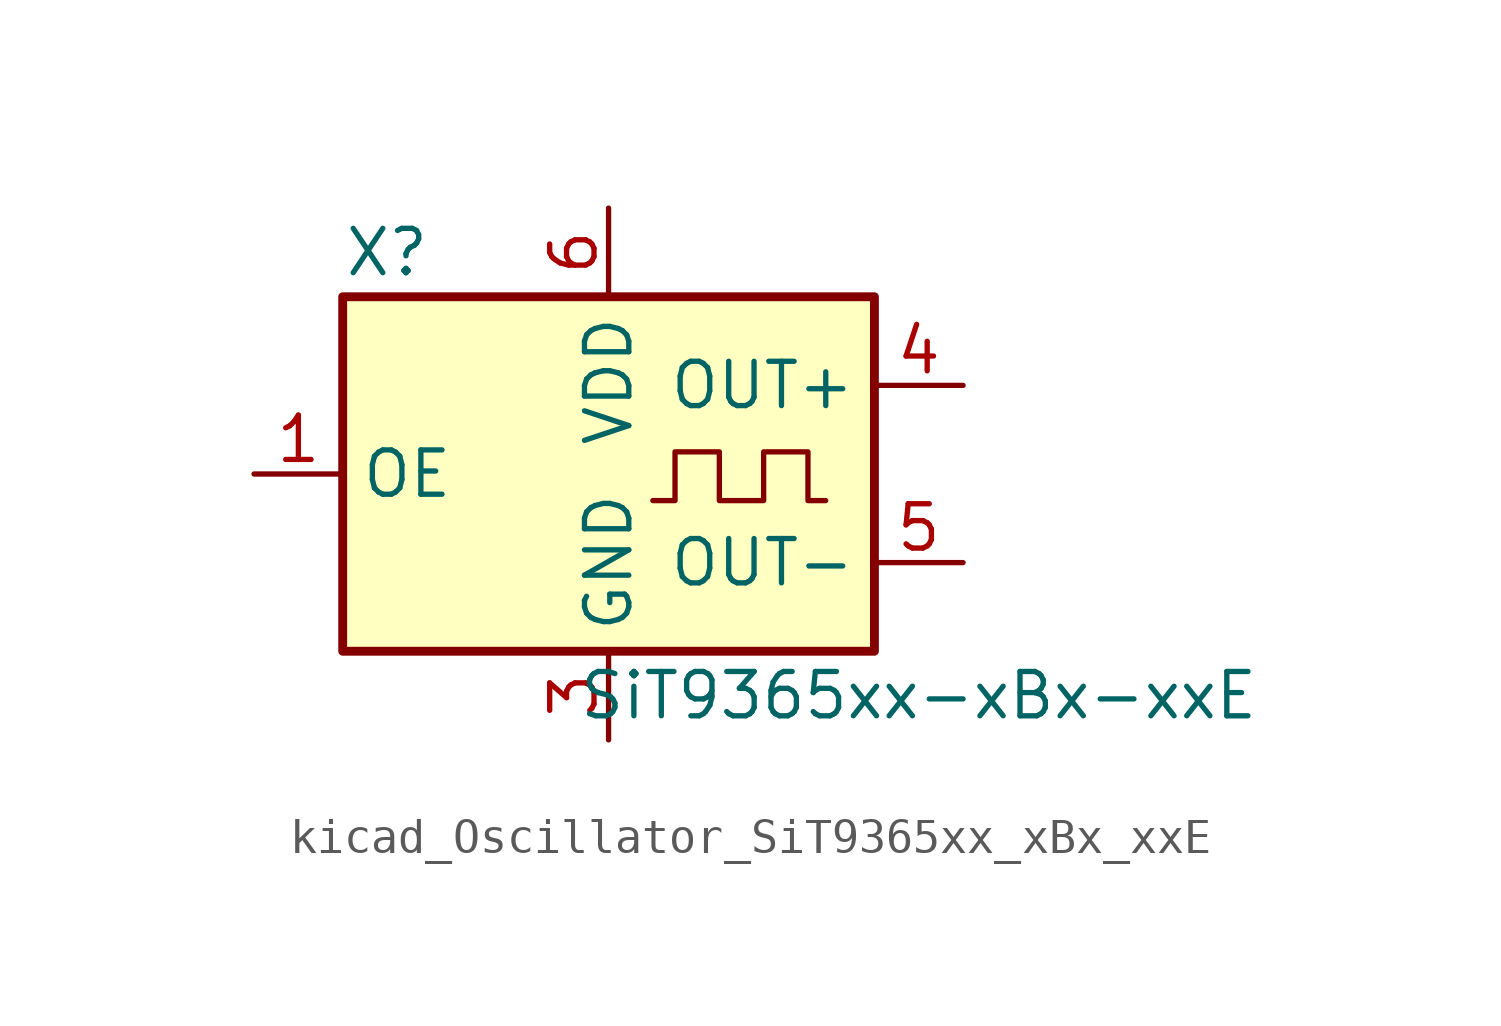
<source format=kicad_sym>
(kicad_symbol_lib
  (version 20220914)
  (generator kicad_symbol_editor)
  (symbol "kicad_Oscillator_SiT9365xx_xBx_xxE"
    (property "Reference" "X"
      (at -6.35 6.35 0)
      (effects (font (size 1.27 1.27))))
    (property "Value" "SiT9365xx-xBx-xxE"
      (at 8.89 -6.35 0)
      (effects (font (size 1.27 1.27))))
    (symbol "kicad_Oscillator_SiT9365xx_xBx_xxE_0_1"
      (rectangle (start -7.62 5.08) (end 7.62 -5.08) (stroke (width 0.254) (type default)) (fill (type background)))
      (polyline (pts (xy 1.27 -0.762) (xy 1.905 -0.762) (xy 1.905 0.635) (xy 3.175 0.635) (xy 3.175 -0.762) (xy 4.445 -0.762) (xy 4.445 0.635) (xy 5.715 0.635) (xy 5.715 -0.762) (xy 6.223 -0.762)) (stroke (width 0) (type default)) (fill (type none))))
    (symbol "kicad_Oscillator_SiT9365xx_xBx_xxE_1_1"
      (pin input line (at -10.16 0 0) (length 2.54) (name "OE" (effects (font (size 1.27 1.27)))) (number "1" (effects (font (size 1.27 1.27)))))
      (pin no_connect line (at -7.62 2.54 0) (length 2.54) hide (name "NC" (effects (font (size 1.27 1.27)))) (number "2" (effects (font (size 1.27 1.27)))))
      (pin power_in line (at 0 -7.62 90) (length 2.54) (name "GND" (effects (font (size 1.27 1.27)))) (number "3" (effects (font (size 1.27 1.27)))))
      (pin output line (at 10.16 2.54 180) (length 2.54) (name "OUT+" (effects (font (size 1.27 1.27)))) (number "4" (effects (font (size 1.27 1.27)))))
      (pin output line (at 10.16 -2.54 180) (length 2.54) (name "OUT-" (effects (font (size 1.27 1.27)))) (number "5" (effects (font (size 1.27 1.27)))))
      (pin power_in line (at 0 7.62 270) (length 2.54) (name "VDD" (effects (font (size 1.27 1.27)))) (number "6" (effects (font (size 1.27 1.27))))))))
</source>
